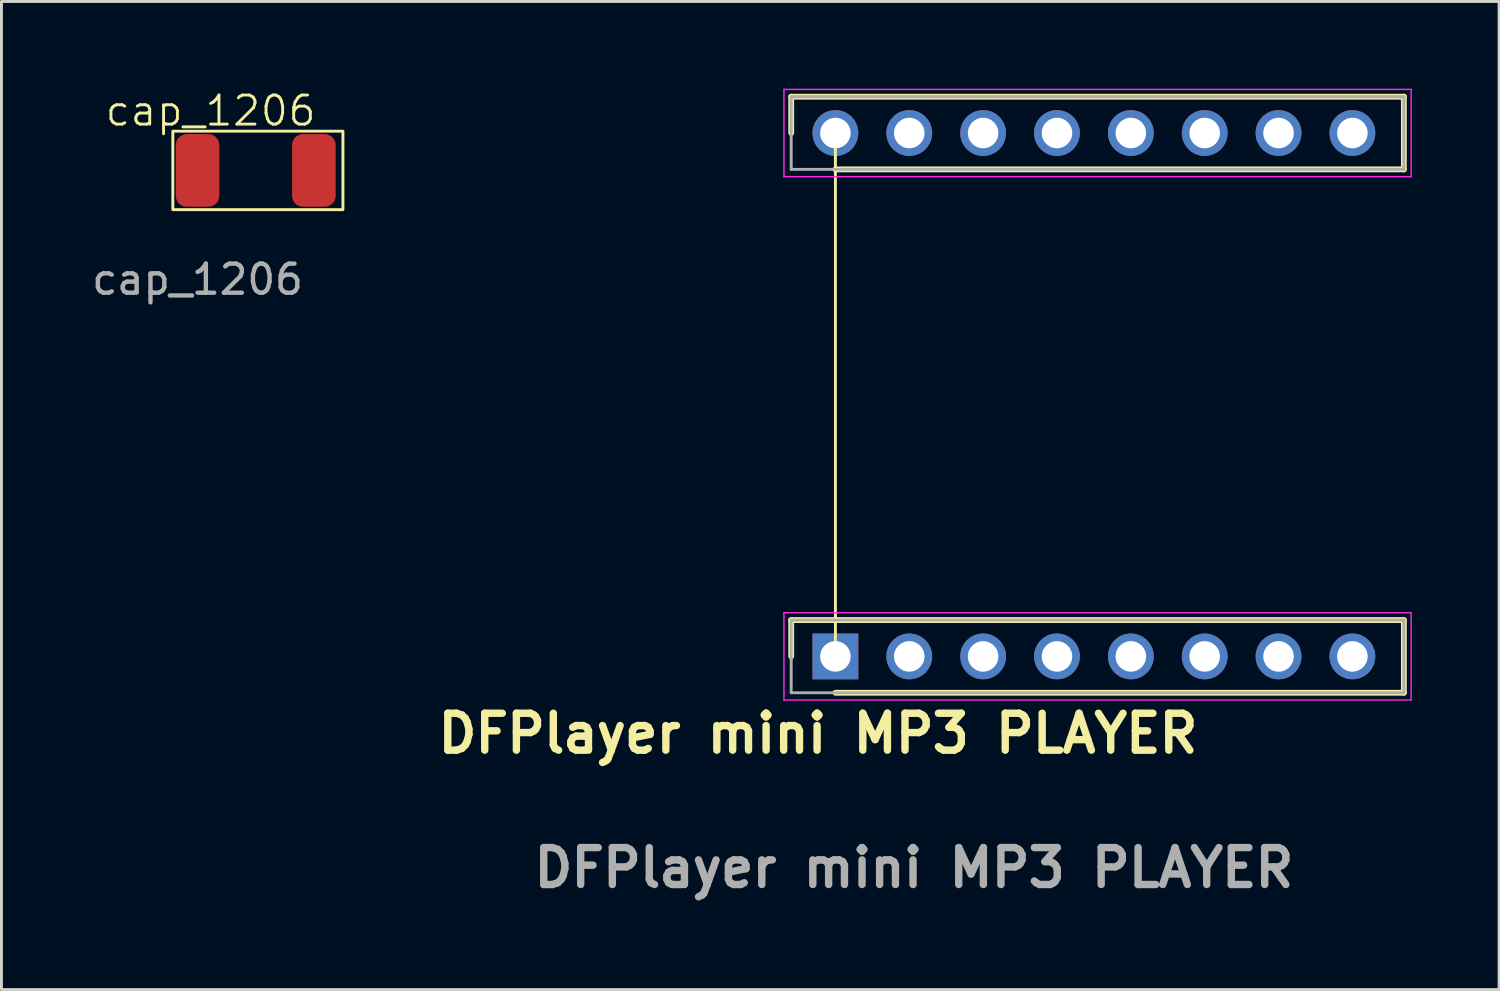
<source format=kicad_pcb>
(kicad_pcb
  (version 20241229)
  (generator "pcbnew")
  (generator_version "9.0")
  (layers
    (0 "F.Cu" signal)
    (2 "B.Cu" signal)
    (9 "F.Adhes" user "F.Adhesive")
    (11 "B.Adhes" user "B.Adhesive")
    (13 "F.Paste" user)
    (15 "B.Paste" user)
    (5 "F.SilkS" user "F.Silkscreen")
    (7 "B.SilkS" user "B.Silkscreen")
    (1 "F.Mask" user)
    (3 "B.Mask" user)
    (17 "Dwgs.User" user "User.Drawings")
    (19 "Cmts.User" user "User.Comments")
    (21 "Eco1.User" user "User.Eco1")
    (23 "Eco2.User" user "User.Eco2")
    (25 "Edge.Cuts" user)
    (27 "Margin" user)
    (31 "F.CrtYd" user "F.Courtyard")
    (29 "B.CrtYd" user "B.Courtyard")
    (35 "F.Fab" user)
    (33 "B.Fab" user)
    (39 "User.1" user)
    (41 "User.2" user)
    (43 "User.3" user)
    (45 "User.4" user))
  (footprint "cap_1206"
    (layer "F.Cu")
    (at 3.744 4.061)
    (property "Reference" "cap_1206" (at 0.45 -3.3 0) (unlocked yes) (layer "F.SilkS") (effects (font (size 1 1) (thickness 0.1))))
    (attr smd)
    (fp_rect (start -0.85 -2.6) (end 5 0.1) (stroke (width 0.1) (type default)) (fill no) (layer "F.SilkS"))
    (fp_text user "${REFERENCE}" (at 0 2.5 0) (unlocked yes) (layer "F.Fab") (effects (font (size 1 1) (thickness 0.15))))
    (pad "1" smd roundrect (at 4 -1.25) (size 1.5 2.5) (layers "F.Cu" "F.Mask" "F.Paste") (roundrect_rratio 0.25))
    (pad "2" smd roundrect (at 0 -1.25) (size 1.5 2.5) (layers "F.Cu" "F.Mask" "F.Paste") (roundrect_rratio 0.25)))
  (footprint "DFPlayer mini MP3 PLAYER"
    (layer "F.Cu")
    (at 25.681 19.525)
    (property "Reference" "DFPlayer mini MP3 PLAYER" (at -0.6 2.65 0) (layer "F.SilkS") (effects (font (size 1.27 1.27) (thickness 0.254))))
    (attr through_hole)
    (fp_line (start -1.52 -19.25) (end -1.52 -18) (stroke (width 0.2) (type solid)) (layer "F.SilkS"))
    (fp_line (start -1.52 -1.25) (end -1.52 0) (stroke (width 0.2) (type solid)) (layer "F.SilkS"))
    (fp_line (start 0 -16.75) (end 19.55 -16.75) (stroke (width 0.2) (type solid)) (layer "F.SilkS"))
    (fp_line (start 0 0) (end 0 -18) (stroke (width 0.1) (type default)) (layer "F.SilkS"))
    (fp_line (start 0 1.25) (end 19.55 1.25) (stroke (width 0.2) (type solid)) (layer "F.SilkS"))
    (fp_line (start 19.55 -19.25) (end -1.52 -19.25) (stroke (width 0.2) (type solid)) (layer "F.SilkS"))
    (fp_line (start 19.55 -16.75) (end 19.55 -19.25) (stroke (width 0.2) (type solid)) (layer "F.SilkS"))
    (fp_line (start 19.55 -1.25) (end -1.52 -1.25) (stroke (width 0.2) (type solid)) (layer "F.SilkS"))
    (fp_line (start 19.55 1.25) (end 19.55 -1.25) (stroke (width 0.2) (type solid)) (layer "F.SilkS"))
    (fp_line (start -1.77 -19.5) (end 19.8 -19.5) (stroke (width 0.05) (type solid)) (layer "F.CrtYd"))
    (fp_line (start -1.77 -16.5) (end -1.77 -19.5) (stroke (width 0.05) (type solid)) (layer "F.CrtYd"))
    (fp_line (start -1.77 -1.5) (end 19.8 -1.5) (stroke (width 0.05) (type solid)) (layer "F.CrtYd"))
    (fp_line (start -1.77 1.5) (end -1.77 -1.5) (stroke (width 0.05) (type solid)) (layer "F.CrtYd"))
    (fp_line (start 19.8 -19.5) (end 19.8 -16.5) (stroke (width 0.05) (type solid)) (layer "F.CrtYd"))
    (fp_line (start 19.8 -16.5) (end -1.77 -16.5) (stroke (width 0.05) (type solid)) (layer "F.CrtYd"))
    (fp_line (start 19.8 -1.5) (end 19.8 1.5) (stroke (width 0.05) (type solid)) (layer "F.CrtYd"))
    (fp_line (start 19.8 1.5) (end -1.77 1.5) (stroke (width 0.05) (type solid)) (layer "F.CrtYd"))
    (fp_line (start -1.52 -19.25) (end 19.55 -19.25) (stroke (width 0.1) (type solid)) (layer "F.Fab"))
    (fp_line (start -1.52 -16.75) (end -1.52 -19.25) (stroke (width 0.1) (type solid)) (layer "F.Fab"))
    (fp_line (start -1.52 -1.25) (end 19.55 -1.25) (stroke (width 0.1) (type solid)) (layer "F.Fab"))
    (fp_line (start -1.52 1.25) (end -1.52 -1.25) (stroke (width 0.1) (type solid)) (layer "F.Fab"))
    (fp_line (start 19.55 -19.25) (end 19.55 -16.75) (stroke (width 0.1) (type solid)) (layer "F.Fab"))
    (fp_line (start 19.55 -16.75) (end -1.52 -16.75) (stroke (width 0.1) (type solid)) (layer "F.Fab"))
    (fp_line (start 19.55 -1.25) (end 19.55 1.25) (stroke (width 0.1) (type solid)) (layer "F.Fab"))
    (fp_line (start 19.55 1.25) (end -1.52 1.25) (stroke (width 0.1) (type solid)) (layer "F.Fab"))
    (fp_text user "${REFERENCE}" (at 2.7 7.27 0) (layer "F.Fab") (effects (font (size 1.27 1.27) (thickness 0.254))))
    (pad "1" thru_hole rect (at 0 0) (size 1.575 1.575) (drill 1.05) (layers "*.Cu" "*.Mask"))
    (pad "2" thru_hole circle (at 2.54 0) (size 1.575 1.575) (drill 1.05) (layers "*.Cu" "*.Mask"))
    (pad "3" thru_hole circle (at 5.08 0) (size 1.575 1.575) (drill 1.05) (layers "*.Cu" "*.Mask"))
    (pad "4" thru_hole circle (at 7.62 0) (size 1.575 1.575) (drill 1.05) (layers "*.Cu" "*.Mask"))
    (pad "5" thru_hole circle (at 10.16 0) (size 1.575 1.575) (drill 1.05) (layers "*.Cu" "*.Mask"))
    (pad "6" thru_hole circle (at 12.7 0) (size 1.575 1.575) (drill 1.05) (layers "*.Cu" "*.Mask"))
    (pad "7" thru_hole circle (at 15.24 0) (size 1.575 1.575) (drill 1.05) (layers "*.Cu" "*.Mask"))
    (pad "8" thru_hole circle (at 17.78 0) (size 1.575 1.575) (drill 1.05) (layers "*.Cu" "*.Mask"))
    (pad "9" thru_hole circle (at 17.78 -18) (size 1.575 1.575) (drill 1.05) (layers "*.Cu" "*.Mask"))
    (pad "10" thru_hole circle (at 15.24 -18) (size 1.575 1.575) (drill 1.05) (layers "*.Cu" "*.Mask"))
    (pad "11" thru_hole circle (at 12.7 -18) (size 1.575 1.575) (drill 1.05) (layers "*.Cu" "*.Mask"))
    (pad "12" thru_hole circle (at 10.16 -18) (size 1.575 1.575) (drill 1.05) (layers "*.Cu" "*.Mask"))
    (pad "13" thru_hole circle (at 7.62 -18) (size 1.575 1.575) (drill 1.05) (layers "*.Cu" "*.Mask"))
    (pad "14" thru_hole circle (at 5.08 -18) (size 1.575 1.575) (drill 1.05) (layers "*.Cu" "*.Mask"))
    (pad "15" thru_hole circle (at 2.54 -18) (size 1.575 1.575) (drill 1.05) (layers "*.Cu" "*.Mask"))
    (pad "16" thru_hole circle (at 0 -18) (size 1.575 1.575) (drill 1.05) (layers "*.Cu" "*.Mask")))
  (gr_rect
    (start -3 -3)
    (end 48.506 30.984)
    (stroke (width 0.1) (type default))
    (fill no)
    (layer "Edge.Cuts")))
</source>
